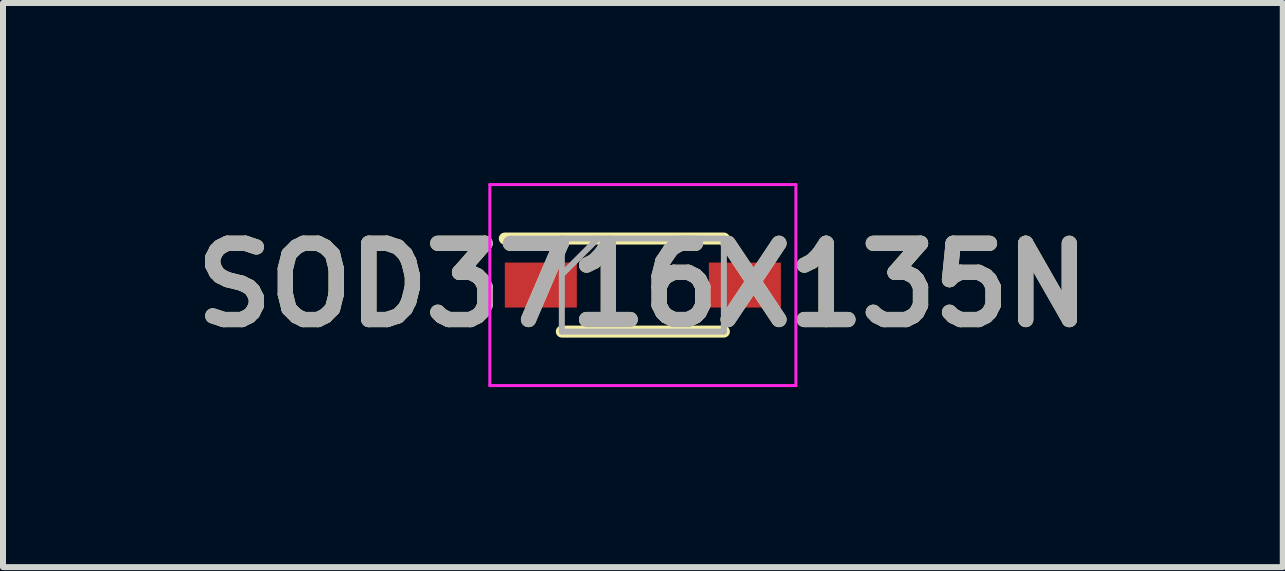
<source format=kicad_pcb>
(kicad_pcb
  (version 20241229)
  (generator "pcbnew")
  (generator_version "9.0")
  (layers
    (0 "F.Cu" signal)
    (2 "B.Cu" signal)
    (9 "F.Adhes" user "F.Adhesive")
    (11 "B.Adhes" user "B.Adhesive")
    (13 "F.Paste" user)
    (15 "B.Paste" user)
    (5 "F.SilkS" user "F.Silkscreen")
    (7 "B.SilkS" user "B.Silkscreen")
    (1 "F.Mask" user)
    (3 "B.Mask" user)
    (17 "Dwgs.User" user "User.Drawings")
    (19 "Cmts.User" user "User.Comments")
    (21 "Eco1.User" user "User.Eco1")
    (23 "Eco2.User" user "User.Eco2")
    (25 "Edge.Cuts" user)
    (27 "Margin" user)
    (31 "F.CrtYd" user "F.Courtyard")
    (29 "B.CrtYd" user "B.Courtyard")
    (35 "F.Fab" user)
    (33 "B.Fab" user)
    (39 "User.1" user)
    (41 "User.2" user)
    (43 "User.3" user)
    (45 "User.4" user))
  (footprint "SOD3716X135N"
    (layer "F.Cu")
    (at 7.662 1.7)
    (property "Reference" "SOD3716X135N" (at 0 0 0) (layer "F.SilkS") (effects (font (size 1.27 1.27) (thickness 0.254))))
    (attr smd)
    (fp_line (start -2.3 -0.775) (end 1.35 -0.775) (stroke (width 0.2) (type solid)) (layer "F.SilkS"))
    (fp_line (start -1.35 0.775) (end 1.35 0.775) (stroke (width 0.2) (type solid)) (layer "F.SilkS"))
    (fp_line (start -2.55 -1.675) (end 2.55 -1.675) (stroke (width 0.05) (type solid)) (layer "F.CrtYd"))
    (fp_line (start -2.55 1.675) (end -2.55 -1.675) (stroke (width 0.05) (type solid)) (layer "F.CrtYd"))
    (fp_line (start 2.55 -1.675) (end 2.55 1.675) (stroke (width 0.05) (type solid)) (layer "F.CrtYd"))
    (fp_line (start 2.55 1.675) (end -2.55 1.675) (stroke (width 0.05) (type solid)) (layer "F.CrtYd"))
    (fp_line (start -1.35 -0.775) (end 1.35 -0.775) (stroke (width 0.1) (type solid)) (layer "F.Fab"))
    (fp_line (start -1.35 -0.175) (end -0.75 -0.775) (stroke (width 0.1) (type solid)) (layer "F.Fab"))
    (fp_line (start -1.35 0.775) (end -1.35 -0.775) (stroke (width 0.1) (type solid)) (layer "F.Fab"))
    (fp_line (start 1.35 -0.775) (end 1.35 0.775) (stroke (width 0.1) (type solid)) (layer "F.Fab"))
    (fp_line (start 1.35 0.775) (end -1.35 0.775) (stroke (width 0.1) (type solid)) (layer "F.Fab"))
    (fp_text user "${REFERENCE}" (at 0 0 0) (layer "F.Fab") (effects (font (size 1.27 1.27) (thickness 0.254))))
    (pad "1" smd rect (at -1.7 0 90) (size 0.75 1.2) (layers "F.Cu" "F.Mask" "F.Paste"))
    (pad "2" smd rect (at 1.7 0 90) (size 0.75 1.2) (layers "F.Cu" "F.Mask" "F.Paste")))
  (gr_rect
    (start -3 -3)
    (end 18.325 6.4)
    (stroke (width 0.1) (type default))
    (fill no)
    (layer "Edge.Cuts")))
</source>
